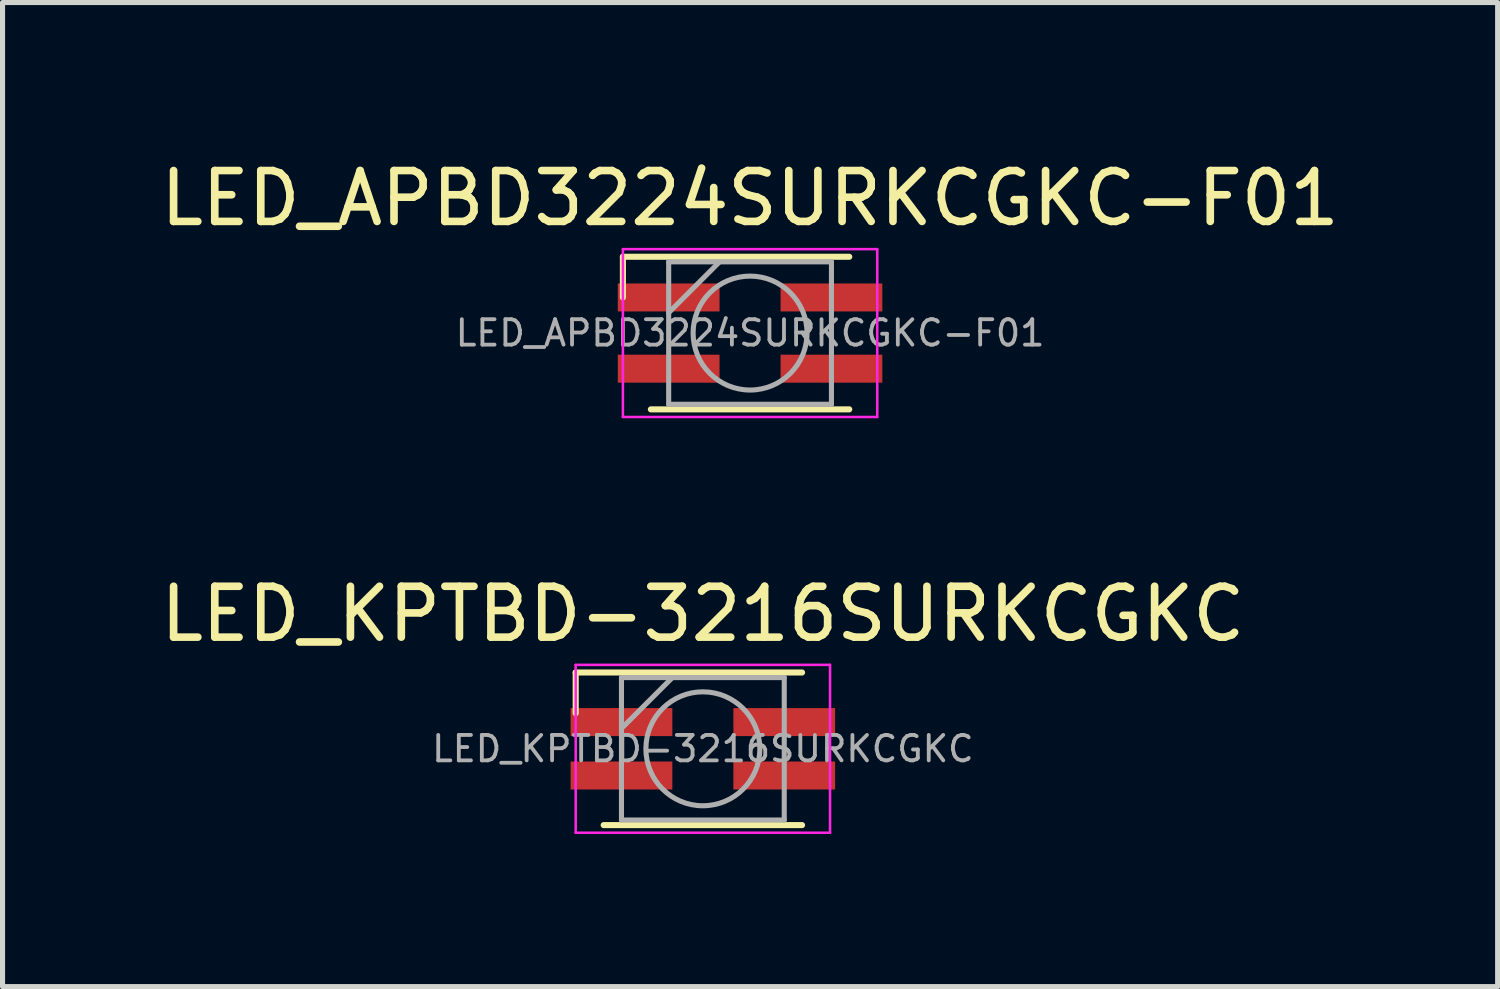
<source format=kicad_pcb>
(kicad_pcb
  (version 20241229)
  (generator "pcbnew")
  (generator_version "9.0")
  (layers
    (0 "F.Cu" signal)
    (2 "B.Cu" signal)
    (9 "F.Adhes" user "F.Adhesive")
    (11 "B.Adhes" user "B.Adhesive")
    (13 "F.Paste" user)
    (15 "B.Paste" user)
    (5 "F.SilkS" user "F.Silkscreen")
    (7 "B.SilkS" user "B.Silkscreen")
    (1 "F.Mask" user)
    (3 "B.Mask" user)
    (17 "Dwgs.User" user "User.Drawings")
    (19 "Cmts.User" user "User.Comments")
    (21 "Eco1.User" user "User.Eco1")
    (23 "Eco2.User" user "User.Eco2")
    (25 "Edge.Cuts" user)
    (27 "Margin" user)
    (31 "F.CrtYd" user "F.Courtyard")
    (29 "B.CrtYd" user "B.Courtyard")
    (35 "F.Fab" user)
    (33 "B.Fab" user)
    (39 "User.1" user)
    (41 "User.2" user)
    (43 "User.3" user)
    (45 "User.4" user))
  (footprint "LED_APBD3224SURKCGKC-F01"
    (layer "F.Cu")
    (at 11.696 3.498)
    (property "Reference" "LED_APBD3224SURKCGKC-F01" (at 0 -2.65 0) (layer "F.SilkS") (effects (font (size 1 1) (thickness 0.15))))
    (attr smd)
    (fp_line (start -2.5 -1.5) (end 1.95 -1.5) (stroke (width 0.12) (type solid)) (layer "F.SilkS"))
    (fp_line (start -2.5 -0.7) (end -2.5 -1.5) (stroke (width 0.12) (type solid)) (layer "F.SilkS"))
    (fp_line (start -1.95 1.5) (end 1.95 1.5) (stroke (width 0.12) (type solid)) (layer "F.SilkS"))
    (fp_line (start -2.5 -1.65) (end -2.5 1.65) (stroke (width 0.05) (type solid)) (layer "F.CrtYd"))
    (fp_line (start -2.5 -1.65) (end 2.5 -1.65) (stroke (width 0.05) (type solid)) (layer "F.CrtYd"))
    (fp_line (start 2.5 1.65) (end -2.5 1.65) (stroke (width 0.05) (type solid)) (layer "F.CrtYd"))
    (fp_line (start 2.5 1.65) (end 2.5 -1.65) (stroke (width 0.05) (type solid)) (layer "F.CrtYd"))
    (fp_line (start -1.6 -1.4) (end -1.6 1.4) (stroke (width 0.1) (type solid)) (layer "F.Fab"))
    (fp_line (start -1.6 1.4) (end 1.6 1.4) (stroke (width 0.1) (type solid)) (layer "F.Fab"))
    (fp_line (start -0.6 -1.4) (end -1.6 -0.4) (stroke (width 0.1) (type solid)) (layer "F.Fab"))
    (fp_line (start 1.6 -1.4) (end -1.6 -1.4) (stroke (width 0.1) (type solid)) (layer "F.Fab"))
    (fp_line (start 1.6 1.4) (end 1.6 -1.4) (stroke (width 0.1) (type solid)) (layer "F.Fab"))
    (fp_circle (center 0 0) (end 1.12 0) (stroke (width 0.1) (type solid)) (fill no) (layer "F.Fab"))
    (fp_text user "${REFERENCE}" (at 0 0 0) (layer "F.Fab") (effects (font (size 0.5 0.5) (thickness 0.075))))
    (pad "1" smd rect (at 1.6 -0.7) (size 2 0.55) (layers "F.Cu" "F.Mask" "F.Paste"))
    (pad "2" smd rect (at -1.6 -0.7) (size 2 0.55) (layers "F.Cu" "F.Mask" "F.Paste"))
    (pad "3" smd rect (at 1.6 0.7) (size 2 0.55) (layers "F.Cu" "F.Mask" "F.Paste"))
    (pad "4" smd rect (at -1.6 0.7) (size 2 0.55) (layers "F.Cu" "F.Mask" "F.Paste")))
  (footprint "LED_KPTBD-3216SURKCGKC"
    (layer "F.Cu")
    (at 10.768 11.671)
    (property "Reference" "LED_KPTBD-3216SURKCGKC" (at 0 -2.65 0) (layer "F.SilkS") (effects (font (size 1 1) (thickness 0.15))))
    (attr smd)
    (fp_line (start -2.5 -1.5) (end 1.95 -1.5) (stroke (width 0.12) (type solid)) (layer "F.SilkS"))
    (fp_line (start -2.5 -0.7) (end -2.5 -1.5) (stroke (width 0.12) (type solid)) (layer "F.SilkS"))
    (fp_line (start -1.95 1.5) (end 1.95 1.5) (stroke (width 0.12) (type solid)) (layer "F.SilkS"))
    (fp_line (start -2.5 -1.65) (end -2.5 1.65) (stroke (width 0.05) (type solid)) (layer "F.CrtYd"))
    (fp_line (start -2.5 -1.65) (end 2.5 -1.65) (stroke (width 0.05) (type solid)) (layer "F.CrtYd"))
    (fp_line (start 2.5 1.65) (end -2.5 1.65) (stroke (width 0.05) (type solid)) (layer "F.CrtYd"))
    (fp_line (start 2.5 1.65) (end 2.5 -1.65) (stroke (width 0.05) (type solid)) (layer "F.CrtYd"))
    (fp_line (start -1.6 -1.4) (end -1.6 1.4) (stroke (width 0.1) (type solid)) (layer "F.Fab"))
    (fp_line (start -1.6 1.4) (end 1.6 1.4) (stroke (width 0.1) (type solid)) (layer "F.Fab"))
    (fp_line (start -0.6 -1.4) (end -1.6 -0.4) (stroke (width 0.1) (type solid)) (layer "F.Fab"))
    (fp_line (start 1.6 -1.4) (end -1.6 -1.4) (stroke (width 0.1) (type solid)) (layer "F.Fab"))
    (fp_line (start 1.6 1.4) (end 1.6 -1.4) (stroke (width 0.1) (type solid)) (layer "F.Fab"))
    (fp_circle (center 0 0) (end 1.12 0) (stroke (width 0.1) (type solid)) (fill no) (layer "F.Fab"))
    (fp_text user "${REFERENCE}" (at 0 0 0) (layer "F.Fab") (effects (font (size 0.5 0.5) (thickness 0.075))))
    (pad "1" smd rect (at 1.6 -0.525) (size 2 0.55) (layers "F.Cu" "F.Mask" "F.Paste"))
    (pad "2" smd rect (at -1.6 -0.525) (size 2 0.55) (layers "F.Cu" "F.Mask" "F.Paste"))
    (pad "3" smd rect (at 1.6 0.525) (size 2 0.55) (layers "F.Cu" "F.Mask" "F.Paste"))
    (pad "4" smd rect (at -1.6 0.525) (size 2 0.55) (layers "F.Cu" "F.Mask" "F.Paste")))
  (gr_rect
    (start -3 -3)
    (end 26.393 16.346)
    (stroke (width 0.1) (type default))
    (fill no)
    (layer "Edge.Cuts")))
</source>
